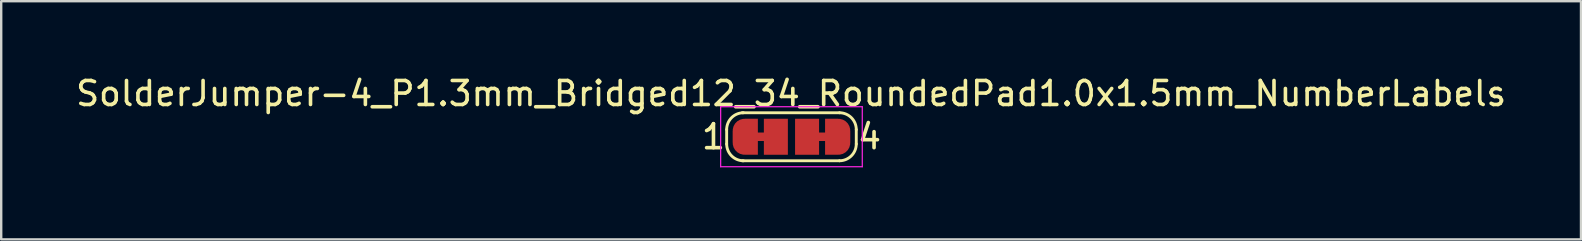
<source format=kicad_pcb>
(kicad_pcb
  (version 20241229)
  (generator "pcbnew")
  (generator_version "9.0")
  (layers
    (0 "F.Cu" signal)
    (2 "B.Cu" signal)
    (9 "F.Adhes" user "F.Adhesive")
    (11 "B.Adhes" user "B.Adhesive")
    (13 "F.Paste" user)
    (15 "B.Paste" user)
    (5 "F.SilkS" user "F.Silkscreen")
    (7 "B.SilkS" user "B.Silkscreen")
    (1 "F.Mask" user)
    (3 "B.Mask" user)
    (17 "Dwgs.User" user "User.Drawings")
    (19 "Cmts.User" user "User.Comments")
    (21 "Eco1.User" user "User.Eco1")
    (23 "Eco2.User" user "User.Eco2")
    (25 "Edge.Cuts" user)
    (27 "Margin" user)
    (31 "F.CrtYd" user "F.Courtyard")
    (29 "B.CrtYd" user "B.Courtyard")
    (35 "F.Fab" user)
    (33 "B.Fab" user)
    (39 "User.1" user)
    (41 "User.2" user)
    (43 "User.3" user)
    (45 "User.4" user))
  (footprint "SolderJumper-4_P1.3mm_Bridged12_34_RoundedPad1.0x1.5mm_NumberLabels"
    (layer "F.Cu")
    (at 29.276 2.648)
    (property "Reference" "SolderJumper-4_P1.3mm_Bridged12_34_RoundedPad1.0x1.5mm_NumberLabels" (at 0.635 -1.8 0) (layer "F.SilkS") (effects (font (size 1 1) (thickness 0.15))))
    (attr exclude_from_pos_files exclude_from_bom)
    (fp_rect (start -0.889 -0.127) (end -0.381 0.127) (stroke (width 0.1) (type solid)) (fill yes) (layer "F.Cu"))
    (fp_rect (start 1.651 -0.127) (end 2.159 0.127) (stroke (width 0.1) (type solid)) (fill yes) (layer "F.Cu"))
    (fp_line (start -2.05 0.3) (end -2.05 -0.3) (stroke (width 0.12) (type solid)) (layer "F.SilkS"))
    (fp_line (start -1.4 -1) (end 2.65 -1) (stroke (width 0.12) (type solid)) (layer "F.SilkS"))
    (fp_line (start 2.65 1) (end -1.4 1) (stroke (width 0.12) (type solid)) (layer "F.SilkS"))
    (fp_line (start 3.35 -0.3) (end 3.35 0.3) (stroke (width 0.12) (type solid)) (layer "F.SilkS"))
    (fp_arc (start -2.05 -0.3) (mid -1.844975 -0.794975) (end -1.35 -1) (stroke (width 0.12) (type solid)) (layer "F.SilkS"))
    (fp_arc (start -1.35 1) (mid -1.844975 0.794975) (end -2.05 0.3) (stroke (width 0.12) (type solid)) (layer "F.SilkS"))
    (fp_arc (start 2.65 -1) (mid 3.144974 -0.794975) (end 3.35 -0.3) (stroke (width 0.12) (type solid)) (layer "F.SilkS"))
    (fp_arc (start 3.35 0.3) (mid 3.144975 0.794974) (end 2.65 1) (stroke (width 0.12) (type solid)) (layer "F.SilkS"))
    (fp_line (start -2.3 -1.25) (end -2.3 1.25) (stroke (width 0.05) (type solid)) (layer "F.CrtYd"))
    (fp_line (start -2.3 -1.25) (end 3.6 -1.25) (stroke (width 0.05) (type solid)) (layer "F.CrtYd"))
    (fp_line (start 3.6 1.25) (end -2.3 1.25) (stroke (width 0.05) (type solid)) (layer "F.CrtYd"))
    (fp_line (start 3.6 1.25) (end 3.6 -1.25) (stroke (width 0.05) (type solid)) (layer "F.CrtYd"))
    (fp_text user "4" (at 3.9 0 0) (layer "F.SilkS") (effects (font (size 1 1) (thickness 0.15))))
    (fp_text user "1" (at -2.6 0 0) (layer "F.SilkS") (effects (font (size 1 1) (thickness 0.15))))
    (pad "1" smd custom (at -1.3 0) (size 1 0.5) (layers "F.Cu" "F.Mask") (options (anchor rect)) (primitives (gr_poly (pts (xy 0.55 0.75) (xy 0 0.75) (xy 0 -0.75) (xy 0.55 -0.75)) (width 0) (fill yes)) (gr_circle (center 0 0.25) (end 0.5 0.25) (width 0) (fill yes)) (gr_circle (center 0 -0.25) (end 0.5 -0.25) (width 0) (fill yes))))
    (pad "2" smd rect (at 0 0) (size 1 1.5) (layers "F.Cu" "F.Mask"))
    (pad "3" smd rect (at 1.3 0) (size 1 1.5) (layers "F.Cu" "F.Mask"))
    (pad "4" smd custom (at 2.6 0) (size 1 0.5) (layers "F.Cu" "F.Mask") (options (anchor rect)) (primitives (gr_circle (center 0 0.25) (end 0.5 0.25) (width 0) (fill yes)) (gr_circle (center 0 -0.25) (end 0.5 -0.25) (width 0) (fill yes)) (gr_poly (pts (xy 0 0.75) (xy -0.55 0.75) (xy -0.55 -0.75) (xy 0 -0.75)) (width 0) (fill yes)))))
  (gr_rect
    (start -3 -3)
    (end 62.821 6.923)
    (stroke (width 0.1) (type default))
    (fill no)
    (layer "Edge.Cuts")))
</source>
